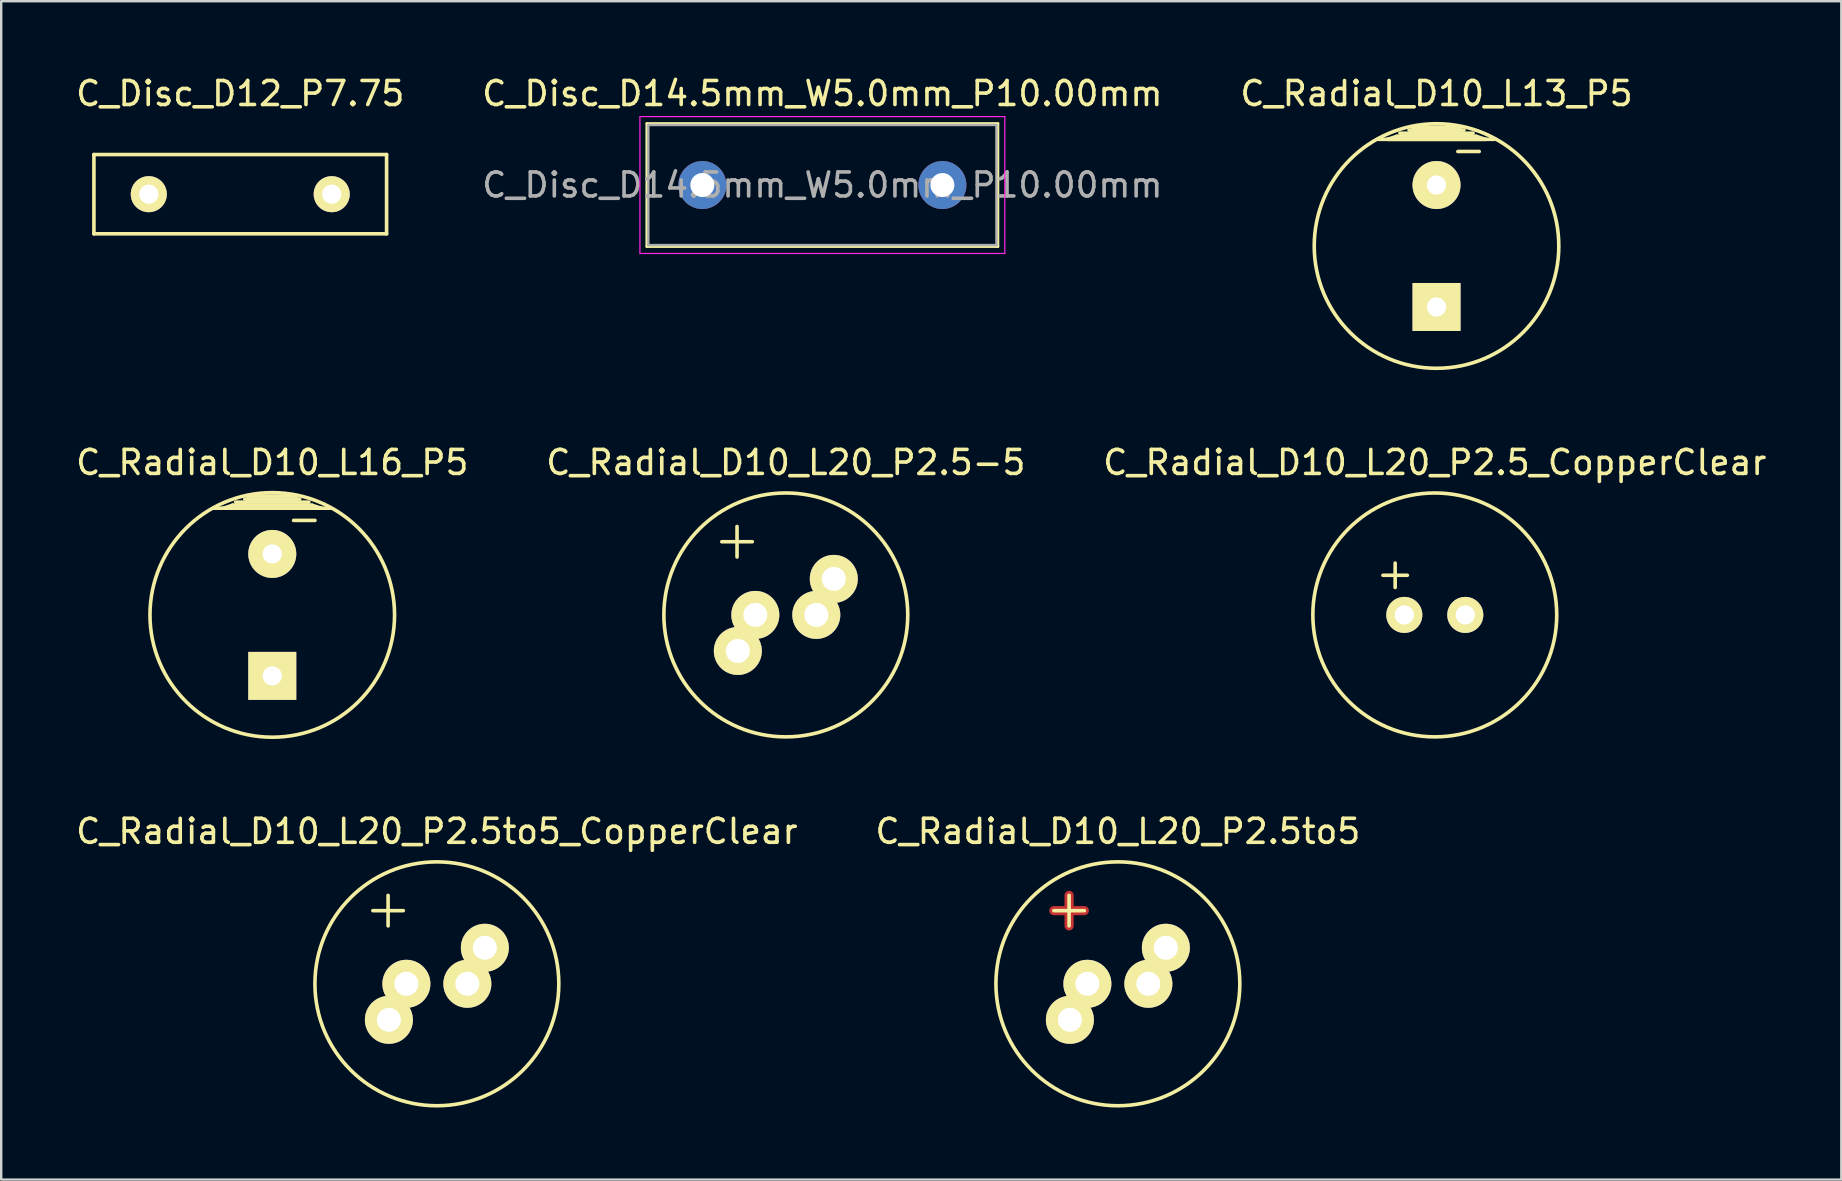
<source format=kicad_pcb>
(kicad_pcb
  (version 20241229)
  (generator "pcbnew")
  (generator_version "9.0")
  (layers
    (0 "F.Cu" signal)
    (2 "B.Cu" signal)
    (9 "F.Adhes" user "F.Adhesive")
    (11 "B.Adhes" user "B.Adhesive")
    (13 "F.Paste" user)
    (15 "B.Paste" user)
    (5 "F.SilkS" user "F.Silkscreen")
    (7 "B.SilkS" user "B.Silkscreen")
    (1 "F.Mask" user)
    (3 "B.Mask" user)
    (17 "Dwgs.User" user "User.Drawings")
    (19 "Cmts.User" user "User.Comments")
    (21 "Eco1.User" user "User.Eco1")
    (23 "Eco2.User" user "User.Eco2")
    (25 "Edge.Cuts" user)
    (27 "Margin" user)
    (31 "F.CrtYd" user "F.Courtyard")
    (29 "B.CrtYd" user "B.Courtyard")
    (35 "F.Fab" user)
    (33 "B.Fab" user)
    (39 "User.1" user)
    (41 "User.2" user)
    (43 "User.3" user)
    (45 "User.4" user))
  (footprint "C_Disc_D12_P7.75"
    (layer "F.Cu")
    (at 6.958 5.039)
    (property "Reference" "C_Disc_D12_P7.75" (at 0 -4.191 0) (layer "F.SilkS") (effects (font (size 1 1) (thickness 0.15))))
    (attr through_hole)
    (fp_line (start -6.096 -1.651) (end -6.096 1.651) (stroke (width 0.15) (type solid)) (layer "F.SilkS"))
    (fp_line (start -6.096 1.651) (end 6.096 1.651) (stroke (width 0.15) (type solid)) (layer "F.SilkS"))
    (fp_line (start 6.096 -1.651) (end -6.096 -1.651) (stroke (width 0.15) (type solid)) (layer "F.SilkS"))
    (fp_line (start 6.096 1.651) (end 6.096 -1.651) (stroke (width 0.15) (type solid)) (layer "F.SilkS"))
    (pad "1" thru_hole circle (at -3.81 0) (size 1.501 1.501) (drill 0.8) (layers "*.Cu" "*.Mask" "F.SilkS"))
    (pad "2" thru_hole circle (at 3.81 0) (size 1.501 1.501) (drill 0.8) (layers "*.Cu" "*.Mask" "F.SilkS")))
  (footprint "C_Radial_D10_L20_P2.5to5"
    (layer "F.Cu")
    (at 43.518 37.933)
    (property "Reference" "C_Radial_D10_L20_P2.5to5" (at 0 -6.35 0) (layer "F.SilkS") (effects (font (size 1 1) (thickness 0.15))))
    (attr through_hole)
    (fp_line (start -2.667 -3.048) (end -1.397 -3.048) (stroke (width 0.381) (type solid)) (layer "F.Cu"))
    (fp_line (start -2.032 -3.683) (end -2.032 -2.413) (stroke (width 0.381) (type solid)) (layer "F.Cu"))
    (fp_line (start -2.667 -3.048) (end -1.397 -3.048) (stroke (width 0.15) (type solid)) (layer "F.SilkS"))
    (fp_line (start -2.032 -3.683) (end -2.032 -2.413) (stroke (width 0.15) (type solid)) (layer "F.SilkS"))
    (fp_circle (center 0 0) (end 5.08 0) (stroke (width 0.15) (type solid)) (fill no) (layer "F.SilkS"))
    (pad "1" thru_hole circle (at -1.999 1.501) (size 1.999 1.999) (drill 1.001) (layers "*.Cu" "*.Mask" "F.SilkS"))
    (pad "1" thru_hole circle (at -1.27 0) (size 1.999 1.999) (drill 1.001) (layers "*.Cu" "*.Mask" "F.SilkS"))
    (pad "2" thru_hole circle (at 1.27 0) (size 1.999 1.999) (drill 1.001) (layers "*.Cu" "*.Mask" "F.SilkS"))
    (pad "2" thru_hole circle (at 1.999 -1.501) (size 1.999 1.999) (drill 1.001) (layers "*.Cu" "*.Mask" "F.SilkS")))
  (footprint "C_Radial_D10_L13_P5"
    (layer "F.Cu")
    (at 56.792 7.198)
    (property "Reference" "C_Radial_D10_L13_P5" (at 0 -6.35 0) (layer "F.SilkS") (effects (font (size 1 1) (thickness 0.15))))
    (attr through_hole)
    (fp_line (start -2.413 -4.445) (end 2.413 -4.445) (stroke (width 0.15) (type solid)) (layer "F.SilkS"))
    (fp_line (start -2.032 -4.445) (end -1.651 -4.572) (stroke (width 0.15) (type solid)) (layer "F.SilkS"))
    (fp_line (start -1.651 -4.572) (end 1.651 -4.572) (stroke (width 0.15) (type solid)) (layer "F.SilkS"))
    (fp_line (start -1.524 -4.699) (end 1.524 -4.699) (stroke (width 0.15) (type solid)) (layer "F.SilkS"))
    (fp_line (start -1.016 -4.826) (end 1.016 -4.826) (stroke (width 0.15) (type solid)) (layer "F.SilkS"))
    (fp_line (start 0.889 -3.937) (end 1.778 -3.937) (stroke (width 0.15) (type solid)) (layer "F.SilkS"))
    (fp_line (start 1.016 -4.953) (end -1.016 -4.953) (stroke (width 0.15) (type solid)) (layer "F.SilkS"))
    (fp_line (start 1.143 -4.826) (end -1.143 -4.826) (stroke (width 0.15) (type solid)) (layer "F.SilkS"))
    (fp_line (start 1.651 -4.572) (end 2.032 -4.445) (stroke (width 0.15) (type solid)) (layer "F.SilkS"))
    (fp_line (start 2.032 -4.445) (end -2.032 -4.445) (stroke (width 0.15) (type solid)) (layer "F.SilkS"))
    (fp_circle (center 0 0) (end 5.08 0.381) (stroke (width 0.15) (type solid)) (fill no) (layer "F.SilkS"))
    (pad "1" thru_hole rect (at 0 2.54) (size 1.999 1.999) (drill 0.8) (layers "*.Cu" "*.Mask" "F.SilkS"))
    (pad "2" thru_hole circle (at 0 -2.54) (size 1.999 1.999) (drill 0.8) (layers "*.Cu" "*.Mask" "F.SilkS")))
  (footprint "C_Radial_D10_L20_P2.5_CopperClear"
    (layer "F.Cu")
    (at 55.45 22.566)
    (property "Reference" "C_Radial_D10_L20_P2.5_CopperClear" (at 1.27 -6.35 0) (layer "F.SilkS") (effects (font (size 1 1) (thickness 0.15))))
    (attr through_hole)
    (fp_line (start -0.889 -1.651) (end 0.127 -1.651) (stroke (width 0.15) (type solid)) (layer "F.SilkS"))
    (fp_line (start -0.381 -2.159) (end -0.381 -1.143) (stroke (width 0.15) (type solid)) (layer "F.SilkS"))
    (fp_circle (center 1.27 0) (end 6.35 0) (stroke (width 0.15) (type solid)) (fill no) (layer "F.SilkS"))
    (pad "1" thru_hole circle (at 0 0) (size 1.501 1.501) (drill 0.8) (layers "*.Cu" "*.Mask" "F.SilkS"))
    (pad "2" thru_hole circle (at 2.54 0) (size 1.501 1.501) (drill 0.8) (layers "*.Cu" "*.Mask" "F.SilkS")))
  (footprint "C_Radial_D10_L20_P2.5to5_CopperClear"
    (layer "F.Cu")
    (at 15.149 37.933)
    (property "Reference" "C_Radial_D10_L20_P2.5to5_CopperClear" (at 0 -6.35 0) (layer "F.SilkS") (effects (font (size 1 1) (thickness 0.15))))
    (attr through_hole)
    (fp_line (start -2.667 -3.048) (end -1.397 -3.048) (stroke (width 0.15) (type solid)) (layer "F.SilkS"))
    (fp_line (start -2.032 -3.683) (end -2.032 -2.413) (stroke (width 0.15) (type solid)) (layer "F.SilkS"))
    (fp_circle (center 0 0) (end 5.08 0) (stroke (width 0.15) (type solid)) (fill no) (layer "F.SilkS"))
    (pad "1" thru_hole circle (at -1.999 1.501) (size 1.999 1.999) (drill 1.001) (layers "*.Cu" "*.Mask" "F.SilkS"))
    (pad "1" thru_hole circle (at -1.27 0) (size 1.999 1.999) (drill 1.001) (layers "*.Cu" "*.Mask" "F.SilkS"))
    (pad "2" thru_hole circle (at 1.27 0) (size 1.999 1.999) (drill 1.001) (layers "*.Cu" "*.Mask" "F.SilkS"))
    (pad "2" thru_hole circle (at 1.999 -1.501) (size 1.999 1.999) (drill 1.001) (layers "*.Cu" "*.Mask" "F.SilkS")))
  (footprint "C_Radial_D10_L16_P5"
    (layer "F.Cu")
    (at 8.292 22.566)
    (property "Reference" "C_Radial_D10_L16_P5" (at 0 -6.35 0) (layer "F.SilkS") (effects (font (size 1 1) (thickness 0.15))))
    (attr through_hole)
    (fp_line (start -2.413 -4.445) (end 2.413 -4.445) (stroke (width 0.15) (type solid)) (layer "F.SilkS"))
    (fp_line (start -2.032 -4.445) (end -1.651 -4.572) (stroke (width 0.15) (type solid)) (layer "F.SilkS"))
    (fp_line (start -1.651 -4.572) (end 1.651 -4.572) (stroke (width 0.15) (type solid)) (layer "F.SilkS"))
    (fp_line (start -1.524 -4.699) (end 1.524 -4.699) (stroke (width 0.15) (type solid)) (layer "F.SilkS"))
    (fp_line (start -1.016 -4.826) (end 1.016 -4.826) (stroke (width 0.15) (type solid)) (layer "F.SilkS"))
    (fp_line (start 0.889 -3.937) (end 1.778 -3.937) (stroke (width 0.15) (type solid)) (layer "F.SilkS"))
    (fp_line (start 1.016 -4.953) (end -1.016 -4.953) (stroke (width 0.15) (type solid)) (layer "F.SilkS"))
    (fp_line (start 1.143 -4.826) (end -1.143 -4.826) (stroke (width 0.15) (type solid)) (layer "F.SilkS"))
    (fp_line (start 1.651 -4.572) (end 2.032 -4.445) (stroke (width 0.15) (type solid)) (layer "F.SilkS"))
    (fp_line (start 2.032 -4.445) (end -2.032 -4.445) (stroke (width 0.15) (type solid)) (layer "F.SilkS"))
    (fp_circle (center 0 0) (end 5.08 0.381) (stroke (width 0.15) (type solid)) (fill no) (layer "F.SilkS"))
    (pad "1" thru_hole rect (at 0 2.54) (size 1.999 1.999) (drill 0.8) (layers "*.Cu" "*.Mask" "F.SilkS"))
    (pad "2" thru_hole circle (at 0 -2.54) (size 1.999 1.999) (drill 0.8) (layers "*.Cu" "*.Mask" "F.SilkS")))
  (footprint "C_Radial_D10_L20_P2.5-5"
    (layer "F.Cu")
    (at 29.685 22.566)
    (property "Reference" "C_Radial_D10_L20_P2.5-5" (at 0 -6.35 0) (layer "F.SilkS") (effects (font (size 1 1) (thickness 0.15))))
    (attr through_hole)
    (fp_line (start -2.667 -3.048) (end -1.397 -3.048) (stroke (width 0.15) (type solid)) (layer "F.SilkS"))
    (fp_line (start -2.032 -3.683) (end -2.032 -2.413) (stroke (width 0.15) (type solid)) (layer "F.SilkS"))
    (fp_circle (center 0 0) (end 5.08 0) (stroke (width 0.15) (type solid)) (fill no) (layer "F.SilkS"))
    (pad "1" thru_hole circle (at -1.999 1.501) (size 1.999 1.999) (drill 1.001) (layers "*.Cu" "*.Mask" "F.SilkS"))
    (pad "1" thru_hole circle (at -1.27 0) (size 1.999 1.999) (drill 1.001) (layers "*.Cu" "*.Mask" "F.SilkS"))
    (pad "2" thru_hole circle (at 1.27 0) (size 1.999 1.999) (drill 1.001) (layers "*.Cu" "*.Mask" "F.SilkS"))
    (pad "2" thru_hole circle (at 1.999 -1.501) (size 1.999 1.999) (drill 1.001) (layers "*.Cu" "*.Mask" "F.SilkS")))
  (footprint "C_Disc_D14.5mm_W5.0mm_P10.00mm"
    (layer "F.Cu")
    (at 26.208 4.658)
    (property "Reference" "C_Disc_D14.5mm_W5.0mm_P10.00mm" (at 5 -3.81 0) (layer "F.SilkS") (effects (font (size 1 1) (thickness 0.15))))
    (attr through_hole)
    (fp_line (start -2.31 -2.56) (end -2.31 2.56) (stroke (width 0.12) (type solid)) (layer "F.SilkS"))
    (fp_line (start -2.31 -2.56) (end 12.31 -2.56) (stroke (width 0.12) (type solid)) (layer "F.SilkS"))
    (fp_line (start -2.31 2.56) (end 12.31 2.56) (stroke (width 0.12) (type solid)) (layer "F.SilkS"))
    (fp_line (start 12.31 -2.56) (end 12.31 2.56) (stroke (width 0.12) (type solid)) (layer "F.SilkS"))
    (fp_line (start -2.6 -2.85) (end -2.6 2.85) (stroke (width 0.05) (type solid)) (layer "F.CrtYd"))
    (fp_line (start -2.6 2.85) (end 12.6 2.85) (stroke (width 0.05) (type solid)) (layer "F.CrtYd"))
    (fp_line (start 12.6 -2.85) (end -2.6 -2.85) (stroke (width 0.05) (type solid)) (layer "F.CrtYd"))
    (fp_line (start 12.6 2.85) (end 12.6 -2.85) (stroke (width 0.05) (type solid)) (layer "F.CrtYd"))
    (fp_line (start -2.25 -2.5) (end -2.25 2.5) (stroke (width 0.1) (type solid)) (layer "F.Fab"))
    (fp_line (start -2.25 2.5) (end 12.25 2.5) (stroke (width 0.1) (type solid)) (layer "F.Fab"))
    (fp_line (start 12.25 -2.5) (end -2.25 -2.5) (stroke (width 0.1) (type solid)) (layer "F.Fab"))
    (fp_line (start 12.25 2.5) (end 12.25 -2.5) (stroke (width 0.1) (type solid)) (layer "F.Fab"))
    (fp_text user "${REFERENCE}" (at 5 0 0) (layer "F.Fab") (effects (font (size 1 1) (thickness 0.15))))
    (pad "1" thru_hole circle (at 0 0) (size 2 2) (drill 1) (layers "*.Cu" "*.Mask"))
    (pad "2" thru_hole circle (at 10 0) (size 2 2) (drill 1) (layers "*.Cu" "*.Mask")))
  (gr_rect
    (start -3 -3)
    (end 73.655 46.088)
    (stroke (width 0.1) (type default))
    (fill no)
    (layer "Edge.Cuts")))
</source>
